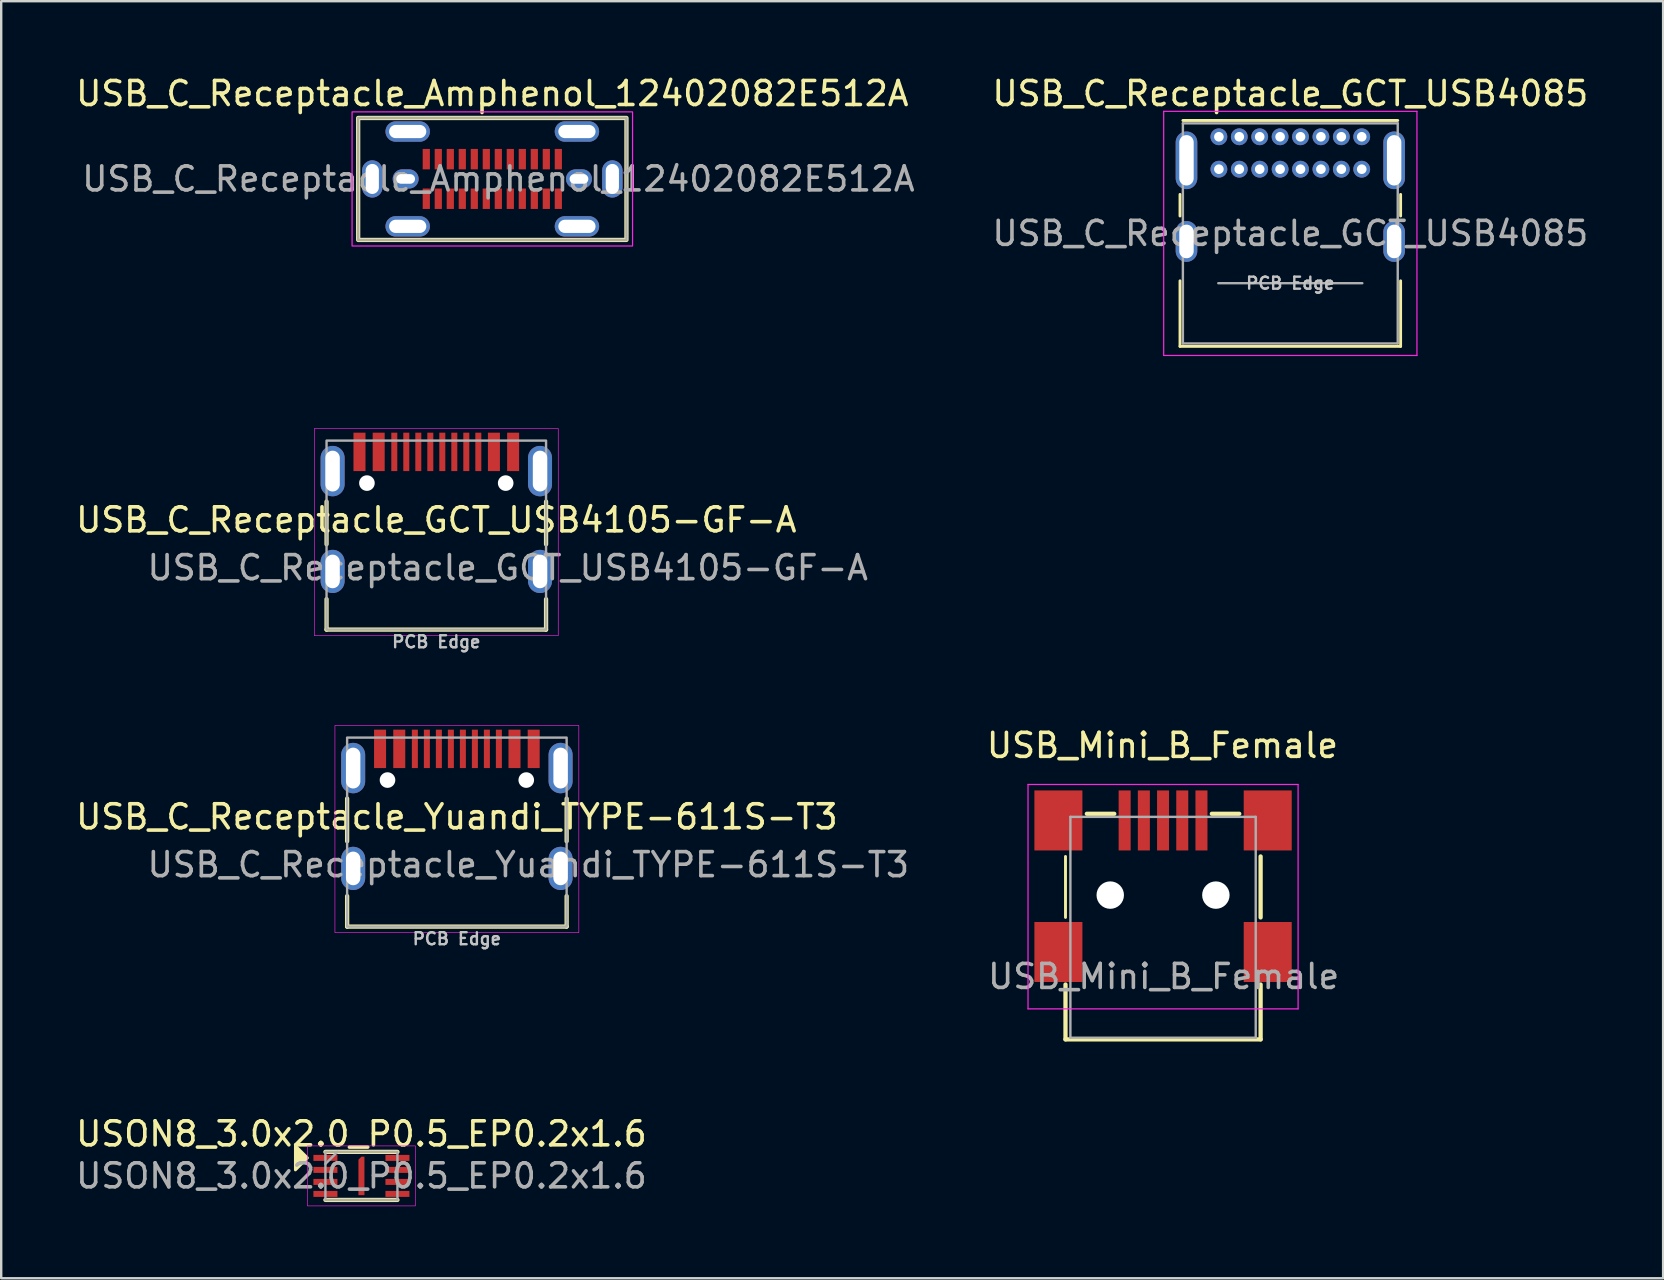
<source format=kicad_pcb>
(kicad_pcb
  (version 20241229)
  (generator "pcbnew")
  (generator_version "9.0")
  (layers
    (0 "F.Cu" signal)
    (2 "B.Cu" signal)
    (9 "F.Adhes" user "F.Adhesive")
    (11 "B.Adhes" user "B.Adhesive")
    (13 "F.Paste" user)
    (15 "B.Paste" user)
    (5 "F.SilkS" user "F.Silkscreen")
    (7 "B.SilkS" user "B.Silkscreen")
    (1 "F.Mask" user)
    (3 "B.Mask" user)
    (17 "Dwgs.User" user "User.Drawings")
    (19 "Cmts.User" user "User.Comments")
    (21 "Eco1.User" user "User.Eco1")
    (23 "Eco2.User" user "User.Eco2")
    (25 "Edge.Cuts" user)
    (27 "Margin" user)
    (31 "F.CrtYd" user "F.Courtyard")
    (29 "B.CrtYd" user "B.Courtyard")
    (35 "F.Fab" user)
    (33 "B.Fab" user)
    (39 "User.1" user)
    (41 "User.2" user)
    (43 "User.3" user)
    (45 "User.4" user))
  (footprint "USB_Mini_B_Female"
    (layer "F.Cu")
    (at 45.399 38.977)
    (property "Reference" "USB_Mini_B_Female" (at -0.025 -10.975 0) (layer "F.SilkS") (effects (font (size 1 1) (thickness 0.15))))
    (attr smd)
    (fp_line (start -4.064 -6.35) (end -4.064 -3.81) (stroke (width 0.12) (type solid)) (layer "F.SilkS"))
    (fp_line (start -4.064 1.27) (end -4.064 -1.016) (stroke (width 0.178) (type solid)) (layer "F.SilkS"))
    (fp_line (start -2.032 -8.128) (end -3.175 -8.128) (stroke (width 0.178) (type solid)) (layer "F.SilkS"))
    (fp_line (start 3.175 -8.128) (end 2.032 -8.128) (stroke (width 0.178) (type solid)) (layer "F.SilkS"))
    (fp_line (start 4.064 -6.35) (end 4.064 -3.81) (stroke (width 0.178) (type solid)) (layer "F.SilkS"))
    (fp_line (start 4.064 -1.016) (end 4.064 1.27) (stroke (width 0.178) (type solid)) (layer "F.SilkS"))
    (fp_line (start 4.064 1.27) (end -4.064 1.27) (stroke (width 0.178) (type solid)) (layer "F.SilkS"))
    (fp_line (start -5.625 -9.35) (end -5.625 0) (stroke (width 0.05) (type solid)) (layer "F.CrtYd"))
    (fp_line (start -5.625 -9.35) (end 5.625 -9.35) (stroke (width 0.05) (type solid)) (layer "F.CrtYd"))
    (fp_line (start -5.625 0) (end 5.625 0) (stroke (width 0.05) (type solid)) (layer "F.CrtYd"))
    (fp_line (start 5.625 -9.35) (end 5.625 0) (stroke (width 0.05) (type solid)) (layer "F.CrtYd"))
    (fp_line (start -3.86 -8) (end -3.86 1.2) (stroke (width 0.1) (type solid)) (layer "F.Fab"))
    (fp_line (start -3.86 -8) (end 3.86 -8) (stroke (width 0.1) (type solid)) (layer "F.Fab"))
    (fp_line (start 3.86 -8) (end 3.86 1.2) (stroke (width 0.1) (type solid)) (layer "F.Fab"))
    (fp_line (start 3.86 1.2) (end -3.86 1.2) (stroke (width 0.1) (type solid)) (layer "F.Fab"))
    (fp_text user "${REFERENCE}" (at 0.025 -1.35 0) (layer "F.Fab") (effects (font (size 1 1) (thickness 0.15))))
    (pad "" np_thru_hole circle (at -2.2 -4.74) (size 1.143 1.143) (drill 1.143) (layers "*.Cu" "*.Mask"))
    (pad "" np_thru_hole circle (at 2.2 -4.74) (size 1.143 1.143) (drill 1.143) (layers "*.Cu" "*.Mask"))
    (pad "1" smd rect (at -1.6 -7.85) (size 0.5 2.5) (layers "F.Cu" "F.Mask" "F.Paste"))
    (pad "2" smd rect (at -0.8 -7.85) (size 0.5 2.5) (layers "F.Cu" "F.Mask" "F.Paste"))
    (pad "3" smd rect (at 0 -7.85) (size 0.5 2.5) (layers "F.Cu" "F.Mask" "F.Paste"))
    (pad "4" smd rect (at 0.8 -7.85) (size 0.5 2.5) (layers "F.Cu" "F.Mask" "F.Paste"))
    (pad "5" smd rect (at 1.6 -7.85) (size 0.5 2.5) (layers "F.Cu" "F.Mask" "F.Paste"))
    (pad "SH" smd rect (at -4.36 -7.85) (size 2 2.5) (layers "F.Cu" "F.Mask" "F.Paste"))
    (pad "SH" smd rect (at -4.36 -2.37) (size 2 2.5) (layers "F.Cu" "F.Mask" "F.Paste"))
    (pad "SH" smd rect (at 4.36 -7.85) (size 2 2.5) (layers "F.Cu" "F.Mask" "F.Paste"))
    (pad "SH" smd rect (at 4.36 -2.37) (size 2 2.5) (layers "F.Cu" "F.Mask" "F.Paste")))
  (footprint "USB_C_Receptacle_GCT_USB4085"
    (layer "F.Cu")
    (at 47.725 2.648)
    (property "Reference" "USB_C_Receptacle_GCT_USB4085" (at 2.975 -1.8 0) (layer "F.SilkS") (effects (font (size 1 1) (thickness 0.15))))
    (attr through_hole)
    (fp_line (start -1.62 2.4) (end -1.62 3.3) (stroke (width 0.12) (type solid)) (layer "F.SilkS"))
    (fp_line (start -1.62 6) (end -1.62 8.73) (stroke (width 0.12) (type solid)) (layer "F.SilkS"))
    (fp_line (start -1.62 8.73) (end 7.57 8.73) (stroke (width 0.12) (type solid)) (layer "F.SilkS"))
    (fp_line (start -1.5 -0.68) (end 7.45 -0.68) (stroke (width 0.12) (type solid)) (layer "F.SilkS"))
    (fp_line (start 7.57 2.4) (end 7.57 3.3) (stroke (width 0.12) (type solid)) (layer "F.SilkS"))
    (fp_line (start 7.57 6) (end 7.57 8.73) (stroke (width 0.12) (type solid)) (layer "F.SilkS"))
    (fp_line (start -2.3 -1.06) (end -2.3 9.11) (stroke (width 0.05) (type solid)) (layer "F.CrtYd"))
    (fp_line (start -2.3 -1.06) (end 8.25 -1.06) (stroke (width 0.05) (type solid)) (layer "F.CrtYd"))
    (fp_line (start -2.3 9.11) (end 8.25 9.11) (stroke (width 0.05) (type solid)) (layer "F.CrtYd"))
    (fp_line (start 8.25 -1.06) (end 8.25 9.11) (stroke (width 0.05) (type solid)) (layer "F.CrtYd"))
    (fp_line (start -1.5 -0.56) (end -1.5 8.61) (stroke (width 0.1) (type solid)) (layer "F.Fab"))
    (fp_line (start -1.5 -0.56) (end 7.45 -0.56) (stroke (width 0.1) (type solid)) (layer "F.Fab"))
    (fp_line (start -1.5 8.61) (end 7.45 8.61) (stroke (width 0.1) (type solid)) (layer "F.Fab"))
    (fp_line (start -0.025 6.1) (end 5.975 6.1) (stroke (width 0.1) (type solid)) (layer "F.Fab"))
    (fp_line (start 7.45 -0.56) (end 7.45 8.61) (stroke (width 0.1) (type solid)) (layer "F.Fab"))
    (fp_text user "PCB Edge" (at 2.975 6.1 0) (layer "Dwgs.User") (effects (font (size 0.5 0.5) (thickness 0.1))))
    (fp_text user "${REFERENCE}" (at 2.975 4.025 0) (layer "F.Fab") (effects (font (size 1 1) (thickness 0.15))))
    (pad "A1" thru_hole circle (at 0 0) (size 0.7 0.7) (drill 0.4) (layers "*.Cu" "*.Mask"))
    (pad "A4" thru_hole circle (at 0.85 0) (size 0.7 0.7) (drill 0.4) (layers "*.Cu" "*.Mask"))
    (pad "A5" thru_hole circle (at 1.7 0) (size 0.7 0.7) (drill 0.4) (layers "*.Cu" "*.Mask"))
    (pad "A6" thru_hole circle (at 2.55 0) (size 0.7 0.7) (drill 0.4) (layers "*.Cu" "*.Mask"))
    (pad "A7" thru_hole circle (at 3.4 0) (size 0.7 0.7) (drill 0.4) (layers "*.Cu" "*.Mask"))
    (pad "A8" thru_hole circle (at 4.25 0) (size 0.7 0.7) (drill 0.4) (layers "*.Cu" "*.Mask"))
    (pad "A9" thru_hole circle (at 5.1 0) (size 0.7 0.7) (drill 0.4) (layers "*.Cu" "*.Mask"))
    (pad "A12" thru_hole circle (at 5.95 0) (size 0.7 0.7) (drill 0.4) (layers "*.Cu" "*.Mask"))
    (pad "B1" thru_hole circle (at 5.95 1.35) (size 0.7 0.7) (drill 0.4) (layers "*.Cu" "*.Mask"))
    (pad "B4" thru_hole circle (at 5.1 1.35) (size 0.7 0.7) (drill 0.4) (layers "*.Cu" "*.Mask"))
    (pad "B5" thru_hole circle (at 4.25 1.35) (size 0.7 0.7) (drill 0.4) (layers "*.Cu" "*.Mask"))
    (pad "B6" thru_hole circle (at 3.4 1.35) (size 0.7 0.7) (drill 0.4) (layers "*.Cu" "*.Mask"))
    (pad "B7" thru_hole circle (at 2.55 1.35) (size 0.7 0.7) (drill 0.4) (layers "*.Cu" "*.Mask"))
    (pad "B8" thru_hole circle (at 1.7 1.35) (size 0.7 0.7) (drill 0.4) (layers "*.Cu" "*.Mask"))
    (pad "B9" thru_hole circle (at 0.85 1.35) (size 0.7 0.7) (drill 0.4) (layers "*.Cu" "*.Mask"))
    (pad "B12" thru_hole circle (at 0 1.35) (size 0.7 0.7) (drill 0.4) (layers "*.Cu" "*.Mask"))
    (pad "S1" thru_hole oval (at -1.35 0.98) (size 0.9 2.4) (drill oval 0.6 2.1) (layers "*.Cu" "*.Mask"))
    (pad "S1" thru_hole oval (at -1.35 4.36) (size 0.9 1.7) (drill oval 0.6 1.4) (layers "*.Cu" "*.Mask"))
    (pad "S1" thru_hole oval (at 7.3 0.98) (size 0.9 2.4) (drill oval 0.6 2.1) (layers "*.Cu" "*.Mask"))
    (pad "S1" thru_hole oval (at 7.3 4.36) (size 0.9 1.7) (drill oval 0.6 1.4) (layers "*.Cu" "*.Mask")))
  (footprint "USON8_3.0x2.0_P0.5_EP0.2x1.6"
    (layer "F.Cu")
    (at 12.006 45.934)
    (property "Reference" "USON8_3.0x2.0_P0.5_EP0.2x1.6" (at 0 -1.75 0) (unlocked yes) (layer "F.SilkS") (effects (font (size 1 1) (thickness 0.15))))
    (attr smd)
    (fp_line (start -1.5 -1) (end 1.5 -1) (stroke (width 0.178) (type solid)) (layer "F.SilkS"))
    (fp_line (start -1.5 1) (end 1.5 1) (stroke (width 0.178) (type solid)) (layer "F.SilkS"))
    (fp_poly (pts (xy -2.25 -0.75) (xy -2.75 -0.25) (xy -2.75 -1.25)) (stroke (width 0.12) (type solid)) (fill yes) (layer "F.SilkS"))
    (fp_rect (start -2.25 -1.25) (end 2.25 1.25) (stroke (width 0.025) (type solid)) (fill no) (layer "F.CrtYd"))
    (fp_line (start -1.5 -0.5) (end -1 -1) (stroke (width 0.1) (type solid)) (layer "F.Fab"))
    (fp_rect (start -1.5 -1) (end 1.5 1) (stroke (width 0.1) (type solid)) (fill no) (layer "F.Fab"))
    (fp_text user "${REFERENCE}" (at 0 0 0) (unlocked yes) (layer "F.Fab") (effects (font (size 1 1) (thickness 0.15))))
    (pad "1" smd rect (at -1.5 -0.75) (size 1 0.25) (layers "F.Cu" "F.Mask" "F.Paste"))
    (pad "2" smd rect (at -1.5 -0.25) (size 1 0.25) (layers "F.Cu" "F.Mask" "F.Paste"))
    (pad "3" smd rect (at -1.5 0.25) (size 1 0.25) (layers "F.Cu" "F.Mask" "F.Paste"))
    (pad "4" smd rect (at -1.5 0.75) (size 1 0.25) (layers "F.Cu" "F.Mask" "F.Paste"))
    (pad "5" smd rect (at 1.5 0.75) (size 1 0.25) (layers "F.Cu" "F.Mask" "F.Paste"))
    (pad "6" smd rect (at 1.5 0.25) (size 1 0.25) (layers "F.Cu" "F.Mask" "F.Paste"))
    (pad "7" smd rect (at 1.5 -0.25) (size 1 0.25) (layers "F.Cu" "F.Mask" "F.Paste"))
    (pad "8" smd rect (at 1.5 -0.75) (size 1 0.25) (layers "F.Cu" "F.Mask" "F.Paste"))
    (pad "9" smd roundrect (at 0 0) (size 0.25 1.6) (layers "F.Cu" "F.Mask" "F.Paste") (roundrect_rratio 0) (chamfer_ratio 0.5) (chamfer top_left)))
  (footprint "USB_C_Receptacle_Amphenol_12402082E512A"
    (layer "F.Cu")
    (at 17.458 4.404)
    (property "Reference" "USB_C_Receptacle_Amphenol_12402082E512A" (at 0 -3.556 0) (unlocked yes) (layer "F.SilkS") (effects (font (size 1 1) (thickness 0.15))))
    (attr smd)
    (fp_rect (start -5.588 -2.54) (end 5.588 2.54) (stroke (width 0.178) (type solid)) (fill no) (layer "F.SilkS"))
    (fp_rect (start -5.842 -2.794) (end 5.842 2.794) (stroke (width 0.05) (type solid)) (fill no) (layer "F.CrtYd"))
    (fp_rect (start -5.588 -2.54) (end 5.588 2.54) (stroke (width 0.1) (type solid)) (fill no) (layer "F.Fab"))
    (fp_text user "${REFERENCE}" (at 0.254 0 0) (unlocked yes) (layer "F.Fab") (effects (font (size 1 1) (thickness 0.15))))
    (pad "A1" smd rect (at -2.75 -0.825) (size 0.3 0.85) (layers "F.Cu" "F.Mask" "F.Paste"))
    (pad "A2" smd rect (at -2.25 -0.825) (size 0.3 0.85) (layers "F.Cu" "F.Mask" "F.Paste"))
    (pad "A3" smd rect (at -1.75 -0.825) (size 0.3 0.85) (layers "F.Cu" "F.Mask" "F.Paste"))
    (pad "A4" smd rect (at -1.25 -0.825) (size 0.3 0.85) (layers "F.Cu" "F.Mask" "F.Paste"))
    (pad "A5" smd rect (at -0.75 -0.825) (size 0.3 0.85) (layers "F.Cu" "F.Mask" "F.Paste"))
    (pad "A6" smd rect (at -0.25 -0.825) (size 0.3 0.85) (layers "F.Cu" "F.Mask" "F.Paste"))
    (pad "A7" smd rect (at 0.25 -0.825) (size 0.3 0.85) (layers "F.Cu" "F.Mask" "F.Paste"))
    (pad "A8" smd rect (at 0.75 -0.825) (size 0.3 0.85) (layers "F.Cu" "F.Mask" "F.Paste"))
    (pad "A9" smd rect (at 1.25 -0.825) (size 0.3 0.85) (layers "F.Cu" "F.Mask" "F.Paste"))
    (pad "A10" smd rect (at 1.75 -0.825) (size 0.3 0.85) (layers "F.Cu" "F.Mask" "F.Paste"))
    (pad "A11" smd rect (at 2.25 -0.825) (size 0.3 0.85) (layers "F.Cu" "F.Mask" "F.Paste"))
    (pad "A12" smd rect (at 2.75 -0.825) (size 0.3 0.85) (layers "F.Cu" "F.Mask" "F.Paste"))
    (pad "B1" smd rect (at 2.75 0.825) (size 0.3 0.85) (layers "F.Cu" "F.Mask" "F.Paste"))
    (pad "B2" smd rect (at 2.25 0.825) (size 0.3 0.85) (layers "F.Cu" "F.Mask" "F.Paste"))
    (pad "B3" smd rect (at 1.75 0.825) (size 0.3 0.85) (layers "F.Cu" "F.Mask" "F.Paste"))
    (pad "B4" smd rect (at 1.25 0.825) (size 0.3 0.85) (layers "F.Cu" "F.Mask" "F.Paste"))
    (pad "B5" smd rect (at 0.75 0.825) (size 0.3 0.85) (layers "F.Cu" "F.Mask" "F.Paste"))
    (pad "B6" smd rect (at 0.25 0.825) (size 0.3 0.85) (layers "F.Cu" "F.Mask" "F.Paste"))
    (pad "B7" smd rect (at -0.25 0.825) (size 0.3 0.85) (layers "F.Cu" "F.Mask" "F.Paste"))
    (pad "B8" smd rect (at -0.75 0.825) (size 0.3 0.85) (layers "F.Cu" "F.Mask" "F.Paste"))
    (pad "B9" smd rect (at -1.25 0.825) (size 0.3 0.85) (layers "F.Cu" "F.Mask" "F.Paste"))
    (pad "B10" smd rect (at -1.75 0.825) (size 0.3 0.85) (layers "F.Cu" "F.Mask" "F.Paste"))
    (pad "B11" smd rect (at -2.25 0.825) (size 0.3 0.85) (layers "F.Cu" "F.Mask" "F.Paste"))
    (pad "B12" smd rect (at -2.75 0.825) (size 0.3 0.85) (layers "F.Cu" "F.Mask" "F.Paste"))
    (pad "SH" thru_hole oval (at -5 0) (size 0.85 1.55) (drill oval 0.55 1.25) (layers "*.Cu" "*.Mask"))
    (pad "SH" thru_hole oval (at -3.61 0) (size 1.08 0.8) (drill oval 0.78 0.4) (layers "*.Cu" "*.Mask"))
    (pad "SH" thru_hole oval (at -3.525 -1.975) (size 1.85 0.85) (drill oval 1.55 0.55) (layers "*.Cu" "*.Mask"))
    (pad "SH" thru_hole oval (at -3.525 1.975) (size 1.85 0.85) (drill oval 1.55 0.55) (layers "*.Cu" "*.Mask"))
    (pad "SH" thru_hole oval (at 3.525 -1.975) (size 1.85 0.85) (drill oval 1.55 0.55) (layers "*.Cu" "*.Mask"))
    (pad "SH" thru_hole oval (at 3.525 1.975) (size 1.85 0.85) (drill oval 1.55 0.55) (layers "*.Cu" "*.Mask"))
    (pad "SH" thru_hole oval (at 3.61 0) (size 1.08 0.8) (drill oval 0.78 0.4) (layers "*.Cu" "*.Mask"))
    (pad "SH" thru_hole oval (at 5 0) (size 0.85 1.55) (drill oval 0.55 1.25) (layers "*.Cu" "*.Mask")))
  (footprint "USB_C_Receptacle_GCT_USB4105-GF-A"
    (layer "F.Cu")
    (at 15.125 16.574)
    (property "Reference" "USB_C_Receptacle_GCT_USB4105-GF-A" (at 0 2.032 0) (layer "F.SilkS") (effects (font (size 1 1) (thickness 0.15))))
    (attr through_hole)
    (fp_line (start -4.572 3.048) (end -4.572 1.27) (stroke (width 0.178) (type solid)) (layer "F.SilkS"))
    (fp_line (start -4.572 5.334) (end -4.572 6.604) (stroke (width 0.178) (type solid)) (layer "F.SilkS"))
    (fp_line (start -4.572 6.604) (end 4.572 6.604) (stroke (width 0.178) (type solid)) (layer "F.SilkS"))
    (fp_line (start 4.572 3.048) (end 4.572 1.27) (stroke (width 0.178) (type solid)) (layer "F.SilkS"))
    (fp_line (start 4.572 5.334) (end 4.572 6.604) (stroke (width 0.178) (type solid)) (layer "F.SilkS"))
    (fp_rect (start -5.08 6.858) (end 5.08 -1.778) (stroke (width 0.025) (type solid)) (fill no) (layer "F.CrtYd"))
    (fp_rect (start -4.572 6.604) (end 4.572 -1.27) (stroke (width 0.1) (type solid)) (fill no) (layer "F.Fab"))
    (fp_text user "PCB Edge" (at 0 7.112 0) (layer "Dwgs.User") (effects (font (size 0.5 0.5) (thickness 0.1))))
    (fp_text user "${REFERENCE}" (at 2.975 4.025 0) (layer "F.Fab") (effects (font (size 1 1) (thickness 0.15))))
    (pad "" np_thru_hole circle (at -2.89 0.5) (size 0.65 0.65) (drill 0.65) (layers "*.Cu" "*.Mask"))
    (pad "" np_thru_hole circle (at 2.89 0.5) (size 0.65 0.65) (drill 0.65) (layers "*.Cu" "*.Mask"))
    (pad "A1" smd rect (at -3.2 -0.8) (size 0.5 1.6) (layers "F.Cu" "F.Mask" "F.Paste"))
    (pad "A4" smd rect (at -2.4 -0.8) (size 0.5 1.6) (layers "F.Cu" "F.Mask" "F.Paste"))
    (pad "A5" smd rect (at -1.25 -0.8) (size 0.25 1.6) (layers "F.Cu" "F.Mask" "F.Paste"))
    (pad "A6" smd rect (at -0.25 -0.8) (size 0.25 1.6) (layers "F.Cu" "F.Mask" "F.Paste"))
    (pad "A7" smd rect (at 0.25 -0.8) (size 0.25 1.6) (layers "F.Cu" "F.Mask" "F.Paste"))
    (pad "A8" smd rect (at 1.25 -0.8) (size 0.25 1.6) (layers "F.Cu" "F.Mask" "F.Paste"))
    (pad "B1" smd rect (at 3.2 -0.8) (size 0.5 1.6) (layers "F.Cu" "F.Mask" "F.Paste"))
    (pad "B4" smd rect (at 2.4 -0.8) (size 0.5 1.6) (layers "F.Cu" "F.Mask" "F.Paste"))
    (pad "B5" smd rect (at 1.75 -0.8) (size 0.25 1.6) (layers "F.Cu" "F.Mask" "F.Paste"))
    (pad "B6" smd rect (at 0.75 -0.8) (size 0.25 1.6) (layers "F.Cu" "F.Mask" "F.Paste"))
    (pad "B7" smd rect (at -0.75 -0.8) (size 0.25 1.6) (layers "F.Cu" "F.Mask" "F.Paste"))
    (pad "B8" smd rect (at -1.75 -0.8) (size 0.25 1.6) (layers "F.Cu" "F.Mask" "F.Paste"))
    (pad "SH" thru_hole oval (at -4.32 0) (size 1 2.1) (drill oval 0.6 1.7) (layers "*.Cu" "*.Mask"))
    (pad "SH" thru_hole oval (at -4.32 4.18) (size 1 1.8) (drill oval 0.6 1.4) (layers "*.Cu" "*.Mask"))
    (pad "SH" thru_hole oval (at 4.32 0) (size 1 2.1) (drill oval 0.6 1.7) (layers "*.Cu" "*.Mask"))
    (pad "SH" thru_hole oval (at 4.32 4.18) (size 1 1.8) (drill oval 0.6 1.4) (layers "*.Cu" "*.Mask")))
  (footprint "USB_C_Receptacle_Yuandi_TYPE-611S-T3"
    (layer "F.Cu")
    (at 15.982 28.945)
    (property "Reference" "USB_C_Receptacle_Yuandi_TYPE-611S-T3" (at 0 2.032 0) (layer "F.SilkS") (effects (font (size 1 1) (thickness 0.15))))
    (attr through_hole)
    (fp_line (start -4.572 3.048) (end -4.572 1.27) (stroke (width 0.178) (type solid)) (layer "F.SilkS"))
    (fp_line (start -4.572 5.334) (end -4.572 6.604) (stroke (width 0.178) (type solid)) (layer "F.SilkS"))
    (fp_line (start -4.572 6.604) (end 4.572 6.604) (stroke (width 0.178) (type solid)) (layer "F.SilkS"))
    (fp_line (start 4.572 3.048) (end 4.572 1.27) (stroke (width 0.178) (type solid)) (layer "F.SilkS"))
    (fp_line (start 4.572 5.334) (end 4.572 6.604) (stroke (width 0.178) (type solid)) (layer "F.SilkS"))
    (fp_rect (start -5.08 6.858) (end 5.08 -1.778) (stroke (width 0.025) (type solid)) (fill no) (layer "F.CrtYd"))
    (fp_rect (start -4.572 6.604) (end 4.572 -1.27) (stroke (width 0.1) (type solid)) (fill no) (layer "F.Fab"))
    (fp_text user "PCB Edge" (at 0 7.112 0) (layer "Dwgs.User") (effects (font (size 0.5 0.5) (thickness 0.1))))
    (fp_text user "${REFERENCE}" (at 2.975 4.025 0) (layer "F.Fab") (effects (font (size 1 1) (thickness 0.15))))
    (pad "" np_thru_hole circle (at -2.89 0.5) (size 0.65 0.65) (drill 0.65) (layers "*.Cu" "*.Mask"))
    (pad "" np_thru_hole circle (at 2.89 0.5) (size 0.65 0.65) (drill 0.65) (layers "*.Cu" "*.Mask"))
    (pad "A1" smd rect (at -3.2 -0.8) (size 0.5 1.6) (layers "F.Cu" "F.Mask" "F.Paste"))
    (pad "A4" smd rect (at -2.4 -0.8) (size 0.5 1.6) (layers "F.Cu" "F.Mask" "F.Paste"))
    (pad "A5" smd rect (at -1.25 -0.8) (size 0.25 1.6) (layers "F.Cu" "F.Mask" "F.Paste"))
    (pad "A6" smd rect (at -0.25 -0.8) (size 0.25 1.6) (layers "F.Cu" "F.Mask" "F.Paste"))
    (pad "A7" smd rect (at 0.25 -0.8) (size 0.25 1.6) (layers "F.Cu" "F.Mask" "F.Paste"))
    (pad "A8" smd rect (at 1.25 -0.8) (size 0.25 1.6) (layers "F.Cu" "F.Mask" "F.Paste"))
    (pad "B1" smd rect (at 3.2 -0.8) (size 0.5 1.6) (layers "F.Cu" "F.Mask" "F.Paste"))
    (pad "B4" smd rect (at 2.4 -0.8) (size 0.5 1.6) (layers "F.Cu" "F.Mask" "F.Paste"))
    (pad "B5" smd rect (at 1.75 -0.8) (size 0.25 1.6) (layers "F.Cu" "F.Mask" "F.Paste"))
    (pad "B6" smd rect (at 0.75 -0.8) (size 0.25 1.6) (layers "F.Cu" "F.Mask" "F.Paste"))
    (pad "B7" smd rect (at -0.75 -0.8) (size 0.25 1.6) (layers "F.Cu" "F.Mask" "F.Paste"))
    (pad "B8" smd rect (at -1.75 -0.8) (size 0.25 1.6) (layers "F.Cu" "F.Mask" "F.Paste"))
    (pad "SH" thru_hole oval (at -4.32 0) (size 1 2.1) (drill oval 0.6 1.7) (layers "*.Cu" "*.Mask"))
    (pad "SH" thru_hole oval (at -4.32 4.18) (size 1 1.8) (drill oval 0.6 1.4) (layers "*.Cu" "*.Mask"))
    (pad "SH" thru_hole oval (at 4.32 0) (size 1 2.1) (drill oval 0.6 1.7) (layers "*.Cu" "*.Mask"))
    (pad "SH" thru_hole oval (at 4.32 4.18) (size 1 1.8) (drill oval 0.6 1.4) (layers "*.Cu" "*.Mask")))
  (gr_rect
    (start -3 -3)
    (end 66.23 50.197)
    (stroke (width 0.1) (type default))
    (fill no)
    (layer "Edge.Cuts")))
</source>
